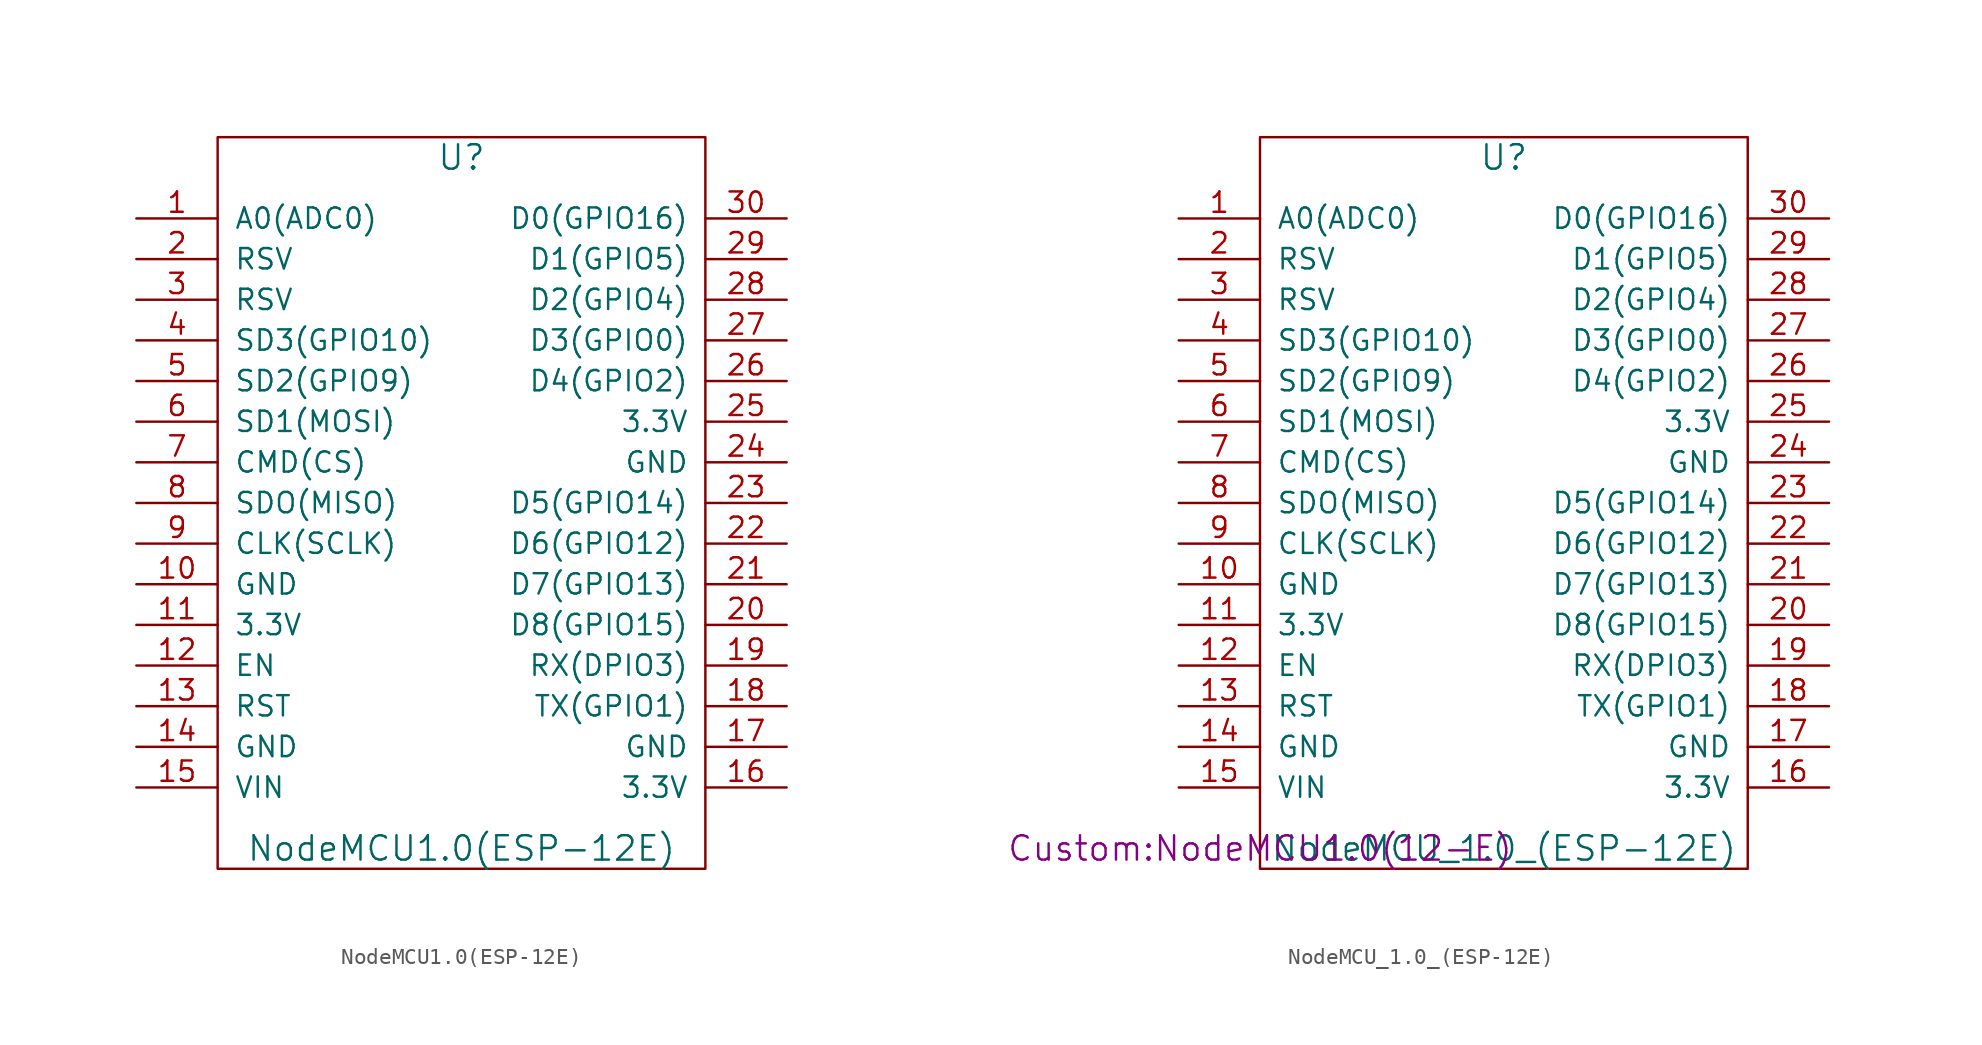
<source format=kicad_sym>
(kicad_symbol_lib
  (version 20201005)
  (generator kicad_symbol_editor)
  (symbol "Custom:NodeMCU1.0(ESP-12E)"
    (pin_names
      (offset 1.016))
    (property "Reference" "U"
      (at 0 21.59 0)
      (effects (font (size 1.524 1.524))))
    (property "Value" "NodeMCU1.0(ESP-12E)"
      (at 0 -21.59 0)
      (effects (font (size 1.524 1.524))))
    (property "Footprint" ""
      (at -15.24 -21.59 0)
      (effects (font (size 1.524 1.524))))
    (property "Datasheet" ""
      (at -15.24 -21.59 0)
      (effects (font (size 1.524 1.524))))
    (symbol "NodeMCU1.0(ESP-12E)_0_1"
      (rectangle (start -15.24 -22.86) (end 15.24 22.86) (stroke (width 0)) (fill (type none))))
    (symbol "NodeMCU1.0(ESP-12E)_1_1"
      (pin input line (at -20.32 17.78 0) (length 5.08) (name "A0(ADC0)" (effects (font (size 1.27 1.27)))) (number "1" (effects (font (size 1.27 1.27)))))
      (pin input line (at -20.32 -5.08 0) (length 5.08) (name "GND" (effects (font (size 1.27 1.27)))) (number "10" (effects (font (size 1.27 1.27)))))
      (pin input line (at -20.32 -7.62 0) (length 5.08) (name "3.3V" (effects (font (size 1.27 1.27)))) (number "11" (effects (font (size 1.27 1.27)))))
      (pin input line (at -20.32 -10.16 0) (length 5.08) (name "EN" (effects (font (size 1.27 1.27)))) (number "12" (effects (font (size 1.27 1.27)))))
      (pin input line (at -20.32 -12.7 0) (length 5.08) (name "RST" (effects (font (size 1.27 1.27)))) (number "13" (effects (font (size 1.27 1.27)))))
      (pin input line (at -20.32 -15.24 0) (length 5.08) (name "GND" (effects (font (size 1.27 1.27)))) (number "14" (effects (font (size 1.27 1.27)))))
      (pin input line (at -20.32 -17.78 0) (length 5.08) (name "VIN" (effects (font (size 1.27 1.27)))) (number "15" (effects (font (size 1.27 1.27)))))
      (pin input line (at 20.32 -17.78 180) (length 5.08) (name "3.3V" (effects (font (size 1.27 1.27)))) (number "16" (effects (font (size 1.27 1.27)))))
      (pin input line (at 20.32 -15.24 180) (length 5.08) (name "GND" (effects (font (size 1.27 1.27)))) (number "17" (effects (font (size 1.27 1.27)))))
      (pin input line (at 20.32 -12.7 180) (length 5.08) (name "TX(GPIO1)" (effects (font (size 1.27 1.27)))) (number "18" (effects (font (size 1.27 1.27)))))
      (pin input line (at 20.32 -10.16 180) (length 5.08) (name "RX(DPIO3)" (effects (font (size 1.27 1.27)))) (number "19" (effects (font (size 1.27 1.27)))))
      (pin input line (at -20.32 15.24 0) (length 5.08) (name "RSV" (effects (font (size 1.27 1.27)))) (number "2" (effects (font (size 1.27 1.27)))))
      (pin input line (at 20.32 -7.62 180) (length 5.08) (name "D8(GPIO15)" (effects (font (size 1.27 1.27)))) (number "20" (effects (font (size 1.27 1.27)))))
      (pin input line (at 20.32 -5.08 180) (length 5.08) (name "D7(GPIO13)" (effects (font (size 1.27 1.27)))) (number "21" (effects (font (size 1.27 1.27)))))
      (pin input line (at 20.32 -2.54 180) (length 5.08) (name "D6(GPIO12)" (effects (font (size 1.27 1.27)))) (number "22" (effects (font (size 1.27 1.27)))))
      (pin input line (at 20.32 0 180) (length 5.08) (name "D5(GPIO14)" (effects (font (size 1.27 1.27)))) (number "23" (effects (font (size 1.27 1.27)))))
      (pin input line (at 20.32 2.54 180) (length 5.08) (name "GND" (effects (font (size 1.27 1.27)))) (number "24" (effects (font (size 1.27 1.27)))))
      (pin input line (at 20.32 5.08 180) (length 5.08) (name "3.3V" (effects (font (size 1.27 1.27)))) (number "25" (effects (font (size 1.27 1.27)))))
      (pin input line (at 20.32 7.62 180) (length 5.08) (name "D4(GPIO2)" (effects (font (size 1.27 1.27)))) (number "26" (effects (font (size 1.27 1.27)))))
      (pin input line (at 20.32 10.16 180) (length 5.08) (name "D3(GPIO0)" (effects (font (size 1.27 1.27)))) (number "27" (effects (font (size 1.27 1.27)))))
      (pin input line (at 20.32 12.7 180) (length 5.08) (name "D2(GPIO4)" (effects (font (size 1.27 1.27)))) (number "28" (effects (font (size 1.27 1.27)))))
      (pin input line (at 20.32 15.24 180) (length 5.08) (name "D1(GPIO5)" (effects (font (size 1.27 1.27)))) (number "29" (effects (font (size 1.27 1.27)))))
      (pin input line (at -20.32 12.7 0) (length 5.08) (name "RSV" (effects (font (size 1.27 1.27)))) (number "3" (effects (font (size 1.27 1.27)))))
      (pin input line (at 20.32 17.78 180) (length 5.08) (name "D0(GPIO16)" (effects (font (size 1.27 1.27)))) (number "30" (effects (font (size 1.27 1.27)))))
      (pin input line (at -20.32 10.16 0) (length 5.08) (name "SD3(GPIO10)" (effects (font (size 1.27 1.27)))) (number "4" (effects (font (size 1.27 1.27)))))
      (pin input line (at -20.32 7.62 0) (length 5.08) (name "SD2(GPIO9)" (effects (font (size 1.27 1.27)))) (number "5" (effects (font (size 1.27 1.27)))))
      (pin input line (at -20.32 5.08 0) (length 5.08) (name "SD1(MOSI)" (effects (font (size 1.27 1.27)))) (number "6" (effects (font (size 1.27 1.27)))))
      (pin input line (at -20.32 2.54 0) (length 5.08) (name "CMD(CS)" (effects (font (size 1.27 1.27)))) (number "7" (effects (font (size 1.27 1.27)))))
      (pin input line (at -20.32 0 0) (length 5.08) (name "SDO(MISO)" (effects (font (size 1.27 1.27)))) (number "8" (effects (font (size 1.27 1.27)))))
      (pin input line (at -20.32 -2.54 0) (length 5.08) (name "CLK(SCLK)" (effects (font (size 1.27 1.27)))) (number "9" (effects (font (size 1.27 1.27)))))))
  (symbol "Custom:NodeMCU_1.0_(ESP-12E)"
    (pin_names
      (offset 1.016))
    (property "Reference" "U"
      (at 0 21.59 0)
      (effects (font (size 1.524 1.524))))
    (property "Value" "NodeMCU_1.0_(ESP-12E)"
      (at 0 -21.59 0)
      (effects (font (size 1.524 1.524))))
    (property "Footprint" "Custom:NodeMCU1.0(12-E)"
      (at -15.24 -21.59 0)
      (effects (font (size 1.524 1.524))))
    (property "Datasheet" ""
      (at -15.24 -21.59 0)
      (effects (font (size 1.524 1.524))))
    (symbol "NodeMCU_1.0_(ESP-12E)_0_1"
      (rectangle (start -15.24 -22.86) (end 15.24 22.86) (stroke (width 0)) (fill (type none))))
    (symbol "NodeMCU_1.0_(ESP-12E)_1_1"
      (pin input line (at -20.32 17.78 0) (length 5.08) (name "A0(ADC0)" (effects (font (size 1.27 1.27)))) (number "1" (effects (font (size 1.27 1.27)))))
      (pin input line (at -20.32 -5.08 0) (length 5.08) (name "GND" (effects (font (size 1.27 1.27)))) (number "10" (effects (font (size 1.27 1.27)))))
      (pin power_out line (at -20.32 -7.62 0) (length 5.08) (name "3.3V" (effects (font (size 1.27 1.27)))) (number "11" (effects (font (size 1.27 1.27)))))
      (pin input line (at -20.32 -10.16 0) (length 5.08) (name "EN" (effects (font (size 1.27 1.27)))) (number "12" (effects (font (size 1.27 1.27)))))
      (pin input line (at -20.32 -12.7 0) (length 5.08) (name "RST" (effects (font (size 1.27 1.27)))) (number "13" (effects (font (size 1.27 1.27)))))
      (pin power_in line (at -20.32 -15.24 0) (length 5.08) (name "GND" (effects (font (size 1.27 1.27)))) (number "14" (effects (font (size 1.27 1.27)))))
      (pin power_in line (at -20.32 -17.78 0) (length 5.08) (name "VIN" (effects (font (size 1.27 1.27)))) (number "15" (effects (font (size 1.27 1.27)))))
      (pin power_out line (at 20.32 -17.78 180) (length 5.08) (name "3.3V" (effects (font (size 1.27 1.27)))) (number "16" (effects (font (size 1.27 1.27)))))
      (pin power_in line (at 20.32 -15.24 180) (length 5.08) (name "GND" (effects (font (size 1.27 1.27)))) (number "17" (effects (font (size 1.27 1.27)))))
      (pin bidirectional line (at 20.32 -12.7 180) (length 5.08) (name "TX(GPIO1)" (effects (font (size 1.27 1.27)))) (number "18" (effects (font (size 1.27 1.27)))))
      (pin bidirectional line (at 20.32 -10.16 180) (length 5.08) (name "RX(DPIO3)" (effects (font (size 1.27 1.27)))) (number "19" (effects (font (size 1.27 1.27)))))
      (pin input line (at -20.32 15.24 0) (length 5.08) (name "RSV" (effects (font (size 1.27 1.27)))) (number "2" (effects (font (size 1.27 1.27)))))
      (pin bidirectional line (at 20.32 -7.62 180) (length 5.08) (name "D8(GPIO15)" (effects (font (size 1.27 1.27)))) (number "20" (effects (font (size 1.27 1.27)))))
      (pin bidirectional line (at 20.32 -5.08 180) (length 5.08) (name "D7(GPIO13)" (effects (font (size 1.27 1.27)))) (number "21" (effects (font (size 1.27 1.27)))))
      (pin bidirectional line (at 20.32 -2.54 180) (length 5.08) (name "D6(GPIO12)" (effects (font (size 1.27 1.27)))) (number "22" (effects (font (size 1.27 1.27)))))
      (pin bidirectional line (at 20.32 0 180) (length 5.08) (name "D5(GPIO14)" (effects (font (size 1.27 1.27)))) (number "23" (effects (font (size 1.27 1.27)))))
      (pin power_in line (at 20.32 2.54 180) (length 5.08) (name "GND" (effects (font (size 1.27 1.27)))) (number "24" (effects (font (size 1.27 1.27)))))
      (pin power_out line (at 20.32 5.08 180) (length 5.08) (name "3.3V" (effects (font (size 1.27 1.27)))) (number "25" (effects (font (size 1.27 1.27)))))
      (pin bidirectional line (at 20.32 7.62 180) (length 5.08) (name "D4(GPIO2)" (effects (font (size 1.27 1.27)))) (number "26" (effects (font (size 1.27 1.27)))))
      (pin bidirectional line (at 20.32 10.16 180) (length 5.08) (name "D3(GPIO0)" (effects (font (size 1.27 1.27)))) (number "27" (effects (font (size 1.27 1.27)))))
      (pin bidirectional line (at 20.32 12.7 180) (length 5.08) (name "D2(GPIO4)" (effects (font (size 1.27 1.27)))) (number "28" (effects (font (size 1.27 1.27)))))
      (pin bidirectional line (at 20.32 15.24 180) (length 5.08) (name "D1(GPIO5)" (effects (font (size 1.27 1.27)))) (number "29" (effects (font (size 1.27 1.27)))))
      (pin input line (at -20.32 12.7 0) (length 5.08) (name "RSV" (effects (font (size 1.27 1.27)))) (number "3" (effects (font (size 1.27 1.27)))))
      (pin bidirectional line (at 20.32 17.78 180) (length 5.08) (name "D0(GPIO16)" (effects (font (size 1.27 1.27)))) (number "30" (effects (font (size 1.27 1.27)))))
      (pin bidirectional line (at -20.32 10.16 0) (length 5.08) (name "SD3(GPIO10)" (effects (font (size 1.27 1.27)))) (number "4" (effects (font (size 1.27 1.27)))))
      (pin bidirectional line (at -20.32 7.62 0) (length 5.08) (name "SD2(GPIO9)" (effects (font (size 1.27 1.27)))) (number "5" (effects (font (size 1.27 1.27)))))
      (pin bidirectional line (at -20.32 5.08 0) (length 5.08) (name "SD1(MOSI)" (effects (font (size 1.27 1.27)))) (number "6" (effects (font (size 1.27 1.27)))))
      (pin bidirectional line (at -20.32 2.54 0) (length 5.08) (name "CMD(CS)" (effects (font (size 1.27 1.27)))) (number "7" (effects (font (size 1.27 1.27)))))
      (pin bidirectional line (at -20.32 0 0) (length 5.08) (name "SDO(MISO)" (effects (font (size 1.27 1.27)))) (number "8" (effects (font (size 1.27 1.27)))))
      (pin bidirectional line (at -20.32 -2.54 0) (length 5.08) (name "CLK(SCLK)" (effects (font (size 1.27 1.27)))) (number "9" (effects (font (size 1.27 1.27))))))))
</source>
